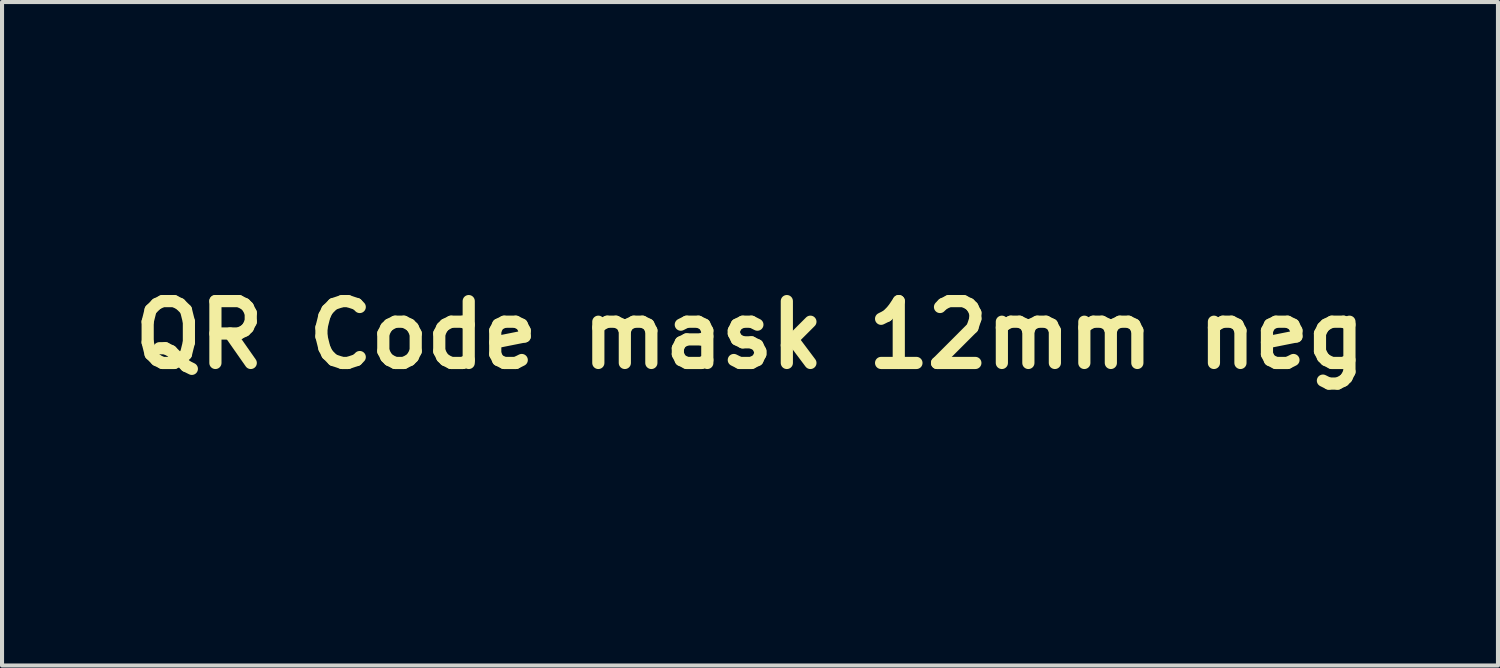
<source format=kicad_pcb>
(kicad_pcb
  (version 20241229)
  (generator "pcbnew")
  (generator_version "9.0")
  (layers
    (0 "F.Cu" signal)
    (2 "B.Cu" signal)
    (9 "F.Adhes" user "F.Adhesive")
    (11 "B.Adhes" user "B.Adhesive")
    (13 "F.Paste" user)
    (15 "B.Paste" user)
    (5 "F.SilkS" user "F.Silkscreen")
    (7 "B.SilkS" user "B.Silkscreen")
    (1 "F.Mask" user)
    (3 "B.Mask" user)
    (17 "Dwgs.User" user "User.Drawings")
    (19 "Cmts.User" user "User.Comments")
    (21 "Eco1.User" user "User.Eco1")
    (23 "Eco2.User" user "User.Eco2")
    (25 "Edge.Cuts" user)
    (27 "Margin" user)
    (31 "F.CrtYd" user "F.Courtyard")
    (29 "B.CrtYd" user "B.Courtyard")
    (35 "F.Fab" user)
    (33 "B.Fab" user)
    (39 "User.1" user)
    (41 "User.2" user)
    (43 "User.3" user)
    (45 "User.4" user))
  (footprint "QR Code mask 12mm neg"
    (layer "F.Cu")
    (at 15.429 5.203)
    (property "Reference" "QR Code mask 12mm neg" (at 0 0 0) (layer "F.SilkS") (effects (font (size 1.524 1.524) (thickness 0.3))))
    (attr through_hole)
    (fp_poly (pts (xy -3.131 -3.131) (xy -4.371 -3.131) (xy -4.371 -4.371) (xy -3.131 -4.371) (xy -3.131 -3.131)) (stroke (width 0.01) (type solid)) (fill yes) (layer "F.Mask"))
    (fp_poly (pts (xy -3.131 4.312) (xy -4.371 4.312) (xy -4.371 3.072) (xy -3.131 3.072) (xy -3.131 4.312)) (stroke (width 0.01) (type solid)) (fill yes) (layer "F.Mask"))
    (fp_poly (pts (xy 4.312 -3.131) (xy 3.072 -3.131) (xy 3.072 -4.371) (xy 4.312 -4.371) (xy 4.312 -3.131)) (stroke (width 0.01) (type solid)) (fill yes) (layer "F.Mask"))
    (fp_poly (pts (xy -1.063 4.312) (xy -1.477 4.312) (xy -1.477 5.139) (xy -1.89 5.139) (xy -1.89 3.485) (xy -1.063 3.485) (xy -1.063 4.312)) (stroke (width 0.01) (type solid)) (fill yes) (layer "F.Mask"))
    (fp_poly (pts (xy -2.304 -2.304) (xy -5.198 -2.304) (xy -5.198 -4.785) (xy -4.785 -4.785) (xy -4.785 -2.717) (xy -2.717 -2.717) (xy -2.717 -4.785) (xy -4.785 -4.785) (xy -5.198 -4.785) (xy -5.198 -5.198) (xy -2.304 -5.198) (xy -2.304 -2.304)) (stroke (width 0.01) (type solid)) (fill yes) (layer "F.Mask"))
    (fp_poly (pts (xy -2.304 5.139) (xy -5.198 5.139) (xy -5.198 2.658) (xy -4.785 2.658) (xy -4.785 4.726) (xy -2.717 4.726) (xy -2.717 2.658) (xy -4.785 2.658) (xy -5.198 2.658) (xy -5.198 2.245) (xy -2.304 2.245) (xy -2.304 5.139)) (stroke (width 0.01) (type solid)) (fill yes) (layer "F.Mask"))
    (fp_poly (pts (xy 5.139 -2.304) (xy 2.245 -2.304) (xy 2.245 -4.785) (xy 2.658 -4.785) (xy 2.658 -2.717) (xy 4.726 -2.717) (xy 4.726 -4.785) (xy 2.658 -4.785) (xy 2.245 -4.785) (xy 2.245 -5.198) (xy 5.139 -5.198) (xy 5.139 -2.304)) (stroke (width 0.01) (type solid)) (fill yes) (layer "F.Mask"))
    (fp_poly (pts (xy 1.418 -0.03) (xy 1.427 0.109) (xy 1.478 0.166) (xy 1.609 0.177) (xy 1.624 0.177) (xy 1.763 0.186) (xy 1.82 0.238) (xy 1.831 0.368) (xy 1.831 0.384) (xy 1.831 0.591) (xy 0.591 0.591) (xy 0.591 -0.236) (xy 1.418 -0.236) (xy 1.418 -0.03)) (stroke (width 0.01) (type solid)) (fill yes) (layer "F.Mask"))
    (fp_poly (pts (xy 0.109 1.427) (xy 0.166 1.478) (xy 0.177 1.609) (xy 0.177 1.624) (xy 0.168 1.763) (xy 0.116 1.82) (xy -0.014 1.831) (xy -0.03 1.831) (xy -0.168 1.822) (xy -0.225 1.77) (xy -0.236 1.64) (xy -0.236 1.624) (xy -0.236 1.418) (xy -0.03 1.418) (xy 0.109 1.427)) (stroke (width 0.01) (type solid)) (fill yes) (layer "F.Mask"))
    (fp_poly (pts (xy -2.372 -1.881) (xy -2.315 -1.829) (xy -2.304 -1.699) (xy -2.304 -1.683) (xy -2.313 -1.545) (xy -2.364 -1.488) (xy -2.495 -1.477) (xy -2.51 -1.477) (xy -2.649 -1.486) (xy -2.706 -1.537) (xy -2.717 -1.668) (xy -2.717 -1.683) (xy -2.708 -1.822) (xy -2.656 -1.879) (xy -2.526 -1.89) (xy -2.51 -1.89) (xy -2.372 -1.881)) (stroke (width 0.01) (type solid)) (fill yes) (layer "F.Mask"))
    (fp_poly (pts (xy -1.545 -2.708) (xy -1.488 -2.656) (xy -1.477 -2.526) (xy -1.477 -2.51) (xy -1.486 -2.372) (xy -1.537 -2.315) (xy -1.668 -2.304) (xy -1.683 -2.304) (xy -1.822 -2.313) (xy -1.879 -2.364) (xy -1.89 -2.495) (xy -1.89 -2.51) (xy -1.881 -2.649) (xy -1.829 -2.706) (xy -1.699 -2.717) (xy -1.683 -2.717) (xy -1.545 -2.708)) (stroke (width 0.01) (type solid)) (fill yes) (layer "F.Mask"))
    (fp_poly (pts (xy 2.59 2.254) (xy 2.647 2.305) (xy 2.658 2.436) (xy 2.658 2.451) (xy 2.649 2.59) (xy 2.597 2.647) (xy 2.467 2.658) (xy 2.451 2.658) (xy 2.313 2.649) (xy 2.256 2.597) (xy 2.245 2.467) (xy 2.245 2.451) (xy 2.254 2.313) (xy 2.305 2.256) (xy 2.436 2.245) (xy 2.451 2.245) (xy 2.59 2.254)) (stroke (width 0.01) (type solid)) (fill yes) (layer "F.Mask"))
    (fp_poly (pts (xy -2.717 -0.236) (xy -1.89 -0.236) (xy -1.89 0.591) (xy -2.097 0.591) (xy -2.236 0.6) (xy -2.292 0.651) (xy -2.304 0.782) (xy -2.304 0.797) (xy -2.313 0.936) (xy -2.364 0.993) (xy -2.495 1.004) (xy -2.51 1.004) (xy -2.649 1.013) (xy -2.706 1.065) (xy -2.717 1.195) (xy -2.717 1.211) (xy -2.708 1.349) (xy -2.656 1.406) (xy -2.526 1.418) (xy -2.51 1.418) (xy -2.372 1.427) (xy -2.315 1.478) (xy -2.304 1.609) (xy -2.304 1.624) (xy -2.313 1.763) (xy -2.364 1.82) (xy -2.495 1.831) (xy -2.51 1.831) (xy -2.649 1.822) (xy -2.706 1.77) (xy -2.717 1.64) (xy -2.717 1.624) (xy -2.726 1.486) (xy -2.778 1.429) (xy -2.908 1.418) (xy -2.924 1.418) (xy -3.063 1.427) (xy -3.119 1.478) (xy -3.131 1.609) (xy -3.131 1.624) (xy -3.131 1.831) (xy -3.958 1.831) (xy -3.958 1.624) (xy -3.967 1.486) (xy -4.018 1.429) (xy -4.149 1.418) (xy -4.164 1.418) (xy -4.303 1.409) (xy -4.36 1.357) (xy -4.371 1.227) (xy -4.371 1.211) (xy -4.38 1.072) (xy -4.432 1.016) (xy -4.562 1.004) (xy -4.578 1.004) (xy -4.716 1.013) (xy -4.773 1.065) (xy -4.785 1.195) (xy -4.785 1.211) (xy -4.794 1.349) (xy -4.845 1.406) (xy -4.976 1.418) (xy -4.991 1.418) (xy -5.13 1.409) (xy -5.187 1.357) (xy -5.198 1.227) (xy -5.198 1.211) (xy -5.189 1.072) (xy -5.137 1.016) (xy -5.007 1.004) (xy -4.991 1.004) (xy -4.853 0.995) (xy -4.796 0.943) (xy -4.785 0.813) (xy -4.785 0.797) (xy -4.785 0.591) (xy -3.958 0.591) (xy -3.958 0.797) (xy -3.949 0.936) (xy -3.897 0.993) (xy -3.767 1.004) (xy -3.751 1.004) (xy -3.612 0.995) (xy -3.556 0.943) (xy -3.544 0.813) (xy -3.544 0.797) (xy -3.544 0.591) (xy -2.304 0.591) (xy -2.304 0.177) (xy -3.131 0.177) (xy -3.131 -0.03) (xy -3.14 -0.168) (xy -3.191 -0.225) (xy -3.322 -0.236) (xy -3.337 -0.236) (xy -3.476 -0.245) (xy -3.533 -0.297) (xy -3.544 -0.427) (xy -3.544 -0.443) (xy -3.553 -0.582) (xy -3.605 -0.638) (xy -3.735 -0.65) (xy -3.751 -0.65) (xy -3.958 -0.65) (xy -3.958 0.177) (xy -4.785 0.177) (xy -4.785 -0.03) (xy -4.794 -0.168) (xy -4.845 -0.225) (xy -4.976 -0.236) (xy -4.991 -0.236) (xy -5.198 -0.236) (xy -5.198 -1.063) (xy -4.991 -1.063) (xy -4.785 -1.063) (xy -4.785 -0.236) (xy -4.371 -0.236) (xy -4.371 -1.063) (xy -4.785 -1.063) (xy -4.991 -1.063) (xy -4.853 -1.072) (xy -4.796 -1.124) (xy -4.785 -1.254) (xy -4.785 -1.27) (xy -3.958 -1.27) (xy -3.949 -1.131) (xy -3.897 -1.075) (xy -3.767 -1.063) (xy -3.751 -1.063) (xy -3.612 -1.072) (xy -3.556 -1.124) (xy -3.544 -1.254) (xy -3.544 -1.27) (xy -3.553 -1.409) (xy -3.605 -1.465) (xy -3.735 -1.477) (xy -3.751 -1.477) (xy -3.889 -1.468) (xy -3.946 -1.416) (xy -3.958 -1.286) (xy -3.958 -1.27) (xy -4.785 -1.27) (xy -4.794 -1.409) (xy -4.845 -1.465) (xy -4.976 -1.477) (xy -4.991 -1.477) (xy -5.13 -1.486) (xy -5.187 -1.537) (xy -5.198 -1.668) (xy -5.198 -1.683) (xy -5.198 -1.89) (xy -3.544 -1.89) (xy -3.544 -1.683) (xy -3.535 -1.545) (xy -3.483 -1.488) (xy -3.353 -1.477) (xy -3.337 -1.477) (xy -3.199 -1.468) (xy -3.142 -1.416) (xy -3.131 -1.286) (xy -3.131 -1.27) (xy -3.14 -1.131) (xy -3.191 -1.075) (xy -3.322 -1.063) (xy -3.337 -1.063) (xy -3.476 -1.054) (xy -3.533 -1.003) (xy -3.544 -0.872) (xy -3.544 -0.857) (xy -3.544 -0.65) (xy -2.717 -0.65) (xy -2.717 -0.236)) (stroke (width 0.01) (type solid)) (fill yes) (layer "F.Mask"))
    (fp_poly (pts (xy -1.063 2.658) (xy -1.27 2.658) (xy -1.409 2.649) (xy -1.465 2.597) (xy -1.477 2.467) (xy -1.477 2.451) (xy -1.486 2.313) (xy -1.537 2.256) (xy -1.668 2.245) (xy -1.683 2.245) (xy -1.822 2.236) (xy -1.879 2.184) (xy -1.89 2.054) (xy -1.89 2.038) (xy -1.881 1.899) (xy -1.829 1.843) (xy -1.699 1.831) (xy -1.683 1.831) (xy -1.477 1.831) (xy -1.477 0.384) (xy -1.063 0.384) (xy -1.054 0.523) (xy -1.003 0.579) (xy -0.872 0.591) (xy -0.857 0.591) (xy -0.718 0.582) (xy -0.661 0.53) (xy -0.65 0.4) (xy -0.65 0.384) (xy -0.641 0.245) (xy -0.589 0.189) (xy -0.459 0.177) (xy -0.443 0.177) (xy -0.304 0.168) (xy -0.248 0.116) (xy -0.236 -0.014) (xy -0.236 -0.03) (xy -0.227 -0.168) (xy -0.176 -0.225) (xy -0.045 -0.236) (xy -0.03 -0.236) (xy 0.177 -0.236) (xy 0.177 0.591) (xy 0.384 0.591) (xy 0.523 0.6) (xy 0.579 0.651) (xy 0.591 0.782) (xy 0.591 0.797) (xy 0.591 1.004) (xy 1.831 1.004) (xy 1.831 0.797) (xy 1.84 0.659) (xy 1.892 0.602) (xy 2.022 0.591) (xy 2.038 0.591) (xy 2.176 0.6) (xy 2.233 0.651) (xy 2.245 0.782) (xy 2.245 0.797) (xy 2.245 1.004) (xy 3.072 1.004) (xy 3.072 1.211) (xy 3.081 1.349) (xy 3.132 1.406) (xy 3.263 1.418) (xy 3.278 1.418) (xy 3.417 1.409) (xy 3.474 1.357) (xy 3.485 1.227) (xy 3.485 1.211) (xy 3.494 1.072) (xy 3.546 1.016) (xy 3.676 1.004) (xy 3.692 1.004) (xy 3.83 1.013) (xy 3.887 1.065) (xy 3.899 1.195) (xy 3.899 1.211) (xy 3.899 1.418) (xy 4.726 1.418) (xy 4.726 1.004) (xy 3.899 1.004) (xy 3.899 0.591) (xy 4.726 0.591) (xy 4.726 0.177) (xy 3.899 0.177) (xy 3.899 -0.03) (xy 3.889 -0.168) (xy 3.838 -0.225) (xy 3.708 -0.236) (xy 3.692 -0.236) (xy 3.485 -0.236) (xy 3.485 0.591) (xy 2.245 0.591) (xy 2.245 0.384) (xy 2.236 0.245) (xy 2.184 0.189) (xy 2.054 0.177) (xy 2.038 0.177) (xy 1.831 0.177) (xy 1.831 -0.65) (xy 1.624 -0.65) (xy 1.486 -0.659) (xy 1.429 -0.711) (xy 1.418 -0.841) (xy 1.418 -0.857) (xy 1.427 -0.995) (xy 1.478 -1.052) (xy 1.609 -1.063) (xy 1.624 -1.063) (xy 1.763 -1.072) (xy 1.82 -1.124) (xy 1.831 -1.254) (xy 1.831 -1.27) (xy 1.831 -1.477) (xy 1.004 -1.477) (xy 1.004 -2.304) (xy 0.797 -2.304) (xy 0.659 -2.313) (xy 0.602 -2.364) (xy 0.591 -2.495) (xy 0.591 -2.51) (xy 0.582 -2.649) (xy 0.53 -2.706) (xy 0.4 -2.717) (xy 0.384 -2.717) (xy 0.245 -2.726) (xy 0.189 -2.778) (xy 0.177 -2.908) (xy 0.177 -2.924) (xy 0.168 -3.063) (xy 0.116 -3.119) (xy -0.014 -3.131) (xy -0.03 -3.131) (xy 1.004 -3.131) (xy 1.004 -2.304) (xy 1.418 -2.304) (xy 1.418 -3.131) (xy 1.004 -3.131) (xy -0.03 -3.131) (xy -0.168 -3.122) (xy -0.225 -3.07) (xy -0.236 -2.94) (xy -0.236 -2.924) (xy -0.245 -2.785) (xy -0.297 -2.729) (xy -0.427 -2.717) (xy -0.443 -2.717) (xy -0.65 -2.717) (xy -0.65 -1.89) (xy -0.236 -1.89) (xy -0.236 -2.717) (xy 0.177 -2.717) (xy 0.177 -1.89) (xy 0.591 -1.89) (xy 0.591 -0.65) (xy -0.65 -0.65) (xy -0.65 0.177) (xy -0.857 0.177) (xy -0.995 0.186) (xy -1.052 0.238) (xy -1.063 0.368) (xy -1.063 0.384) (xy -1.477 0.384) (xy -1.477 -0.65) (xy -2.717 -0.65) (xy -2.717 -1.063) (xy -1.89 -1.063) (xy -1.89 -1.89) (xy -1.477 -1.89) (xy -1.477 -1.063) (xy -1.063 -1.063) (xy -1.063 -1.27) (xy -0.65 -1.27) (xy -0.641 -1.131) (xy -0.589 -1.075) (xy -0.459 -1.063) (xy -0.443 -1.063) (xy -0.304 -1.072) (xy -0.248 -1.124) (xy -0.236 -1.254) (xy -0.236 -1.27) (xy -0.245 -1.409) (xy -0.297 -1.465) (xy -0.427 -1.477) (xy -0.443 -1.477) (xy -0.582 -1.468) (xy -0.638 -1.416) (xy -0.65 -1.286) (xy -0.65 -1.27) (xy -1.063 -1.27) (xy -1.063 -3.131) (xy -0.857 -3.131) (xy -0.718 -3.14) (xy -0.661 -3.191) (xy -0.65 -3.322) (xy -0.65 -3.337) (xy -0.65 -3.544) (xy -1.477 -3.544) (xy -1.477 -3.337) (xy -1.486 -3.199) (xy -1.537 -3.142) (xy -1.668 -3.131) (xy -1.683 -3.131) (xy -1.89 -3.131) (xy -1.89 -4.371) (xy -1.683 -4.371) (xy -0.65 -4.371) (xy -0.65 -3.544) (xy -0.443 -3.544) (xy -0.304 -3.553) (xy -0.248 -3.605) (xy -0.236 -3.735) (xy -0.236 -3.751) (xy -0.227 -3.889) (xy -0.176 -3.946) (xy -0.045 -3.958) (xy -0.03 -3.958) (xy 0.109 -3.967) (xy 0.166 -4.018) (xy 0.177 -4.149) (xy 0.177 -4.164) (xy 0.177 -4.371) (xy -0.65 -4.371) (xy -1.683 -4.371) (xy -1.545 -4.38) (xy -1.488 -4.432) (xy -1.477 -4.562) (xy -1.477 -4.578) (xy -1.486 -4.716) (xy -1.537 -4.773) (xy -1.668 -4.785) (xy -1.683 -4.785) (xy -1.822 -4.794) (xy -1.879 -4.845) (xy -1.89 -4.976) (xy -1.89 -4.991) (xy -1.881 -5.13) (xy -1.829 -5.187) (xy -1.699 -5.198) (xy -1.683 -5.198) (xy -1.545 -5.189) (xy -1.488 -5.137) (xy -1.477 -5.007) (xy -1.477 -4.991) (xy -1.468 -4.853) (xy -1.416 -4.796) (xy -1.286 -4.785) (xy -1.27 -4.785) (xy -1.131 -4.794) (xy -1.075 -4.845) (xy -1.063 -4.976) (xy -1.063 -4.991) (xy -1.054 -5.13) (xy -1.003 -5.187) (xy -0.872 -5.198) (xy -0.857 -5.198) (xy -0.718 -5.189) (xy -0.661 -5.137) (xy -0.65 -5.007) (xy -0.65 -4.991) (xy -0.641 -4.853) (xy -0.589 -4.796) (xy -0.459 -4.785) (xy -0.443 -4.785) (xy -0.304 -4.794) (xy -0.248 -4.845) (xy -0.236 -4.976) (xy -0.236 -4.991) (xy -0.236 -5.198) (xy 0.591 -5.198) (xy 0.591 -4.371) (xy 1.418 -4.371) (xy 1.418 -5.198) (xy 1.831 -5.198) (xy 1.831 -3.958) (xy 1.624 -3.958) (xy 1.486 -3.949) (xy 1.429 -3.897) (xy 1.418 -3.767) (xy 1.418 -3.751) (xy 1.427 -3.612) (xy 1.478 -3.556) (xy 1.609 -3.544) (xy 1.624 -3.544) (xy 1.831 -3.544) (xy 1.831 -1.89) (xy 2.245 -1.89) (xy 2.245 -0.236) (xy 2.658 -0.236) (xy 2.658 -1.477) (xy 2.865 -1.477) (xy 3.003 -1.486) (xy 3.06 -1.537) (xy 3.072 -1.668) (xy 3.072 -1.683) (xy 3.072 -1.89) (xy 4.312 -1.89) (xy 4.312 -1.683) (xy 4.321 -1.545) (xy 4.373 -1.488) (xy 4.503 -1.477) (xy 4.519 -1.477) (xy 4.657 -1.486) (xy 4.714 -1.537) (xy 4.726 -1.668) (xy 4.726 -1.683) (xy 4.735 -1.822) (xy 4.786 -1.879) (xy 4.917 -1.89) (xy 4.932 -1.89) (xy 5.071 -1.881) (xy 5.128 -1.829) (xy 5.139 -1.699) (xy 5.139 -1.683) (xy 5.13 -1.545) (xy 5.078 -1.488) (xy 4.948 -1.477) (xy 4.932 -1.477) (xy 4.794 -1.468) (xy 4.737 -1.416) (xy 4.726 -1.286) (xy 4.726 -1.27) (xy 4.716 -1.131) (xy 4.665 -1.075) (xy 4.535 -1.063) (xy 4.519 -1.063) (xy 4.38 -1.072) (xy 4.323 -1.124) (xy 4.312 -1.254) (xy 4.312 -1.27) (xy 4.312 -1.477) (xy 3.072 -1.477) (xy 3.072 -0.236) (xy 3.278 -0.236) (xy 3.417 -0.245) (xy 3.474 -0.297) (xy 3.485 -0.427) (xy 3.485 -0.443) (xy 3.485 -0.65) (xy 4.312 -0.65) (xy 4.312 -0.236) (xy 5.139 -0.236) (xy 5.139 0.591) (xy 4.932 0.591) (xy 4.794 0.6) (xy 4.737 0.651) (xy 4.726 0.782) (xy 4.726 0.797) (xy 4.735 0.936) (xy 4.786 0.993) (xy 4.917 1.004) (xy 4.932 1.004) (xy 5.139 1.004) (xy 5.139 3.072) (xy 4.932 3.072) (xy 4.794 3.062) (xy 4.737 3.011) (xy 4.726 2.881) (xy 4.726 2.865) (xy 4.726 2.658) (xy 3.485 2.658) (xy 3.485 3.899) (xy 3.692 3.899) (xy 3.83 3.889) (xy 3.887 3.838) (xy 3.899 3.708) (xy 3.899 3.692) (xy 3.899 3.485) (xy 5.139 3.485) (xy 5.139 3.692) (xy 5.13 3.83) (xy 5.078 3.887) (xy 4.948 3.899) (xy 4.932 3.899) (xy 4.794 3.908) (xy 4.737 3.959) (xy 4.726 4.09) (xy 4.726 4.105) (xy 4.716 4.244) (xy 4.665 4.301) (xy 4.535 4.312) (xy 4.519 4.312) (xy 4.38 4.321) (xy 4.323 4.373) (xy 4.312 4.503) (xy 4.312 4.519) (xy 4.312 4.726) (xy 5.139 4.726) (xy 5.139 5.139) (xy 1.831 5.139) (xy 1.831 4.932) (xy 1.84 4.794) (xy 1.892 4.737) (xy 2.022 4.726) (xy 2.038 4.726) (xy 2.176 4.716) (xy 2.233 4.665) (xy 2.245 4.535) (xy 2.245 4.519) (xy 2.658 4.519) (xy 2.667 4.657) (xy 2.719 4.714) (xy 2.849 4.726) (xy 2.865 4.726) (xy 3.003 4.716) (xy 3.06 4.665) (xy 3.072 4.535) (xy 3.072 4.519) (xy 3.485 4.519) (xy 3.494 4.657) (xy 3.546 4.714) (xy 3.676 4.726) (xy 3.692 4.726) (xy 3.83 4.716) (xy 3.887 4.665) (xy 3.899 4.535) (xy 3.899 4.519) (xy 3.889 4.38) (xy 3.838 4.323) (xy 3.708 4.312) (xy 3.692 4.312) (xy 3.553 4.321) (xy 3.496 4.373) (xy 3.485 4.503) (xy 3.485 4.519) (xy 3.072 4.519) (xy 3.062 4.38) (xy 3.011 4.323) (xy 2.881 4.312) (xy 2.865 4.312) (xy 2.726 4.321) (xy 2.669 4.373) (xy 2.658 4.503) (xy 2.658 4.519) (xy 2.245 4.519) (xy 2.236 4.38) (xy 2.184 4.323) (xy 2.054 4.312) (xy 2.038 4.312) (xy 1.899 4.303) (xy 1.843 4.251) (xy 1.831 4.121) (xy 1.831 4.105) (xy 1.831 3.899) (xy 1.004 3.899) (xy 1.004 4.105) (xy 1.013 4.244) (xy 1.065 4.301) (xy 1.195 4.312) (xy 1.211 4.312) (xy 1.349 4.321) (xy 1.406 4.373) (xy 1.418 4.503) (xy 1.418 4.519) (xy 1.418 4.726) (xy -0.236 4.726) (xy -0.236 4.932) (xy -0.245 5.071) (xy -0.297 5.128) (xy -0.427 5.139) (xy -0.443 5.139) (xy -0.65 5.139) (xy -0.65 4.312) (xy 0.591 4.312) (xy 0.591 4.105) (xy 0.6 3.967) (xy 0.651 3.91) (xy 0.782 3.899) (xy 0.797 3.899) (xy 0.936 3.889) (xy 0.993 3.838) (xy 1.004 3.708) (xy 1.004 3.692) (xy 2.658 3.692) (xy 2.667 3.83) (xy 2.719 3.887) (xy 2.849 3.899) (xy 2.865 3.899) (xy 3.003 3.889) (xy 3.06 3.838) (xy 3.072 3.708) (xy 3.072 3.692) (xy 3.062 3.553) (xy 3.011 3.496) (xy 2.881 3.485) (xy 2.865 3.485) (xy 2.726 3.494) (xy 2.669 3.546) (xy 2.658 3.676) (xy 2.658 3.692) (xy 1.004 3.692) (xy 1.004 3.485) (xy 0.177 3.485) (xy 0.177 3.278) (xy 1.004 3.278) (xy 1.013 3.417) (xy 1.065 3.474) (xy 1.195 3.485) (xy 1.211 3.485) (xy 1.349 3.476) (xy 1.406 3.424) (xy 1.418 3.294) (xy 1.418 3.278) (xy 1.409 3.14) (xy 1.357 3.083) (xy 1.227 3.072) (xy 1.211 3.072) (xy 1.072 3.081) (xy 1.016 3.132) (xy 1.004 3.263) (xy 1.004 3.278) (xy 0.177 3.278) (xy 0.177 2.245) (xy 0.591 2.245) (xy 0.591 1.418) (xy 1.004 1.418) (xy 1.004 2.658) (xy 1.418 2.658) (xy 1.418 1.831) (xy 1.831 1.831) (xy 1.831 3.072) (xy 3.072 3.072) (xy 3.072 1.831) (xy 3.485 1.831) (xy 3.485 2.245) (xy 4.726 2.245) (xy 4.726 1.831) (xy 3.485 1.831) (xy 3.072 1.831) (xy 1.831 1.831) (xy 1.418 1.831) (xy 1.418 1.418) (xy 1.004 1.418) (xy 0.591 1.418) (xy 0.591 1.004) (xy 0.384 1.004) (xy 0.245 0.995) (xy 0.189 0.943) (xy 0.177 0.813) (xy 0.177 0.797) (xy 0.168 0.659) (xy 0.116 0.602) (xy -0.014 0.591) (xy -0.03 0.591) (xy -0.236 0.591) (xy -0.236 1.418) (xy -1.063 1.418) (xy -1.063 1.624) (xy -1.054 1.763) (xy -1.003 1.82) (xy -0.872 1.831) (xy -0.857 1.831) (xy -0.65 1.831) (xy -0.65 2.658) (xy -0.443 2.658) (xy -0.304 2.667) (xy -0.248 2.719) (xy -0.236 2.849) (xy -0.236 2.865) (xy -0.245 3.003) (xy -0.297 3.06) (xy -0.427 3.072) (xy -0.443 3.072) (xy -0.582 3.081) (xy -0.638 3.132) (xy -0.65 3.263) (xy -0.65 3.278) (xy -0.659 3.417) (xy -0.711 3.474) (xy -0.841 3.485) (xy -0.857 3.485) (xy -1.063 3.485) (xy -1.063 2.658)) (stroke (width 0.01) (type solid)) (fill yes) (layer "F.Mask")))
  (gr_rect
    (start -3 -3)
    (end 33.857 13.347)
    (stroke (width 0.1) (type default))
    (fill no)
    (layer "Edge.Cuts")))
</source>
